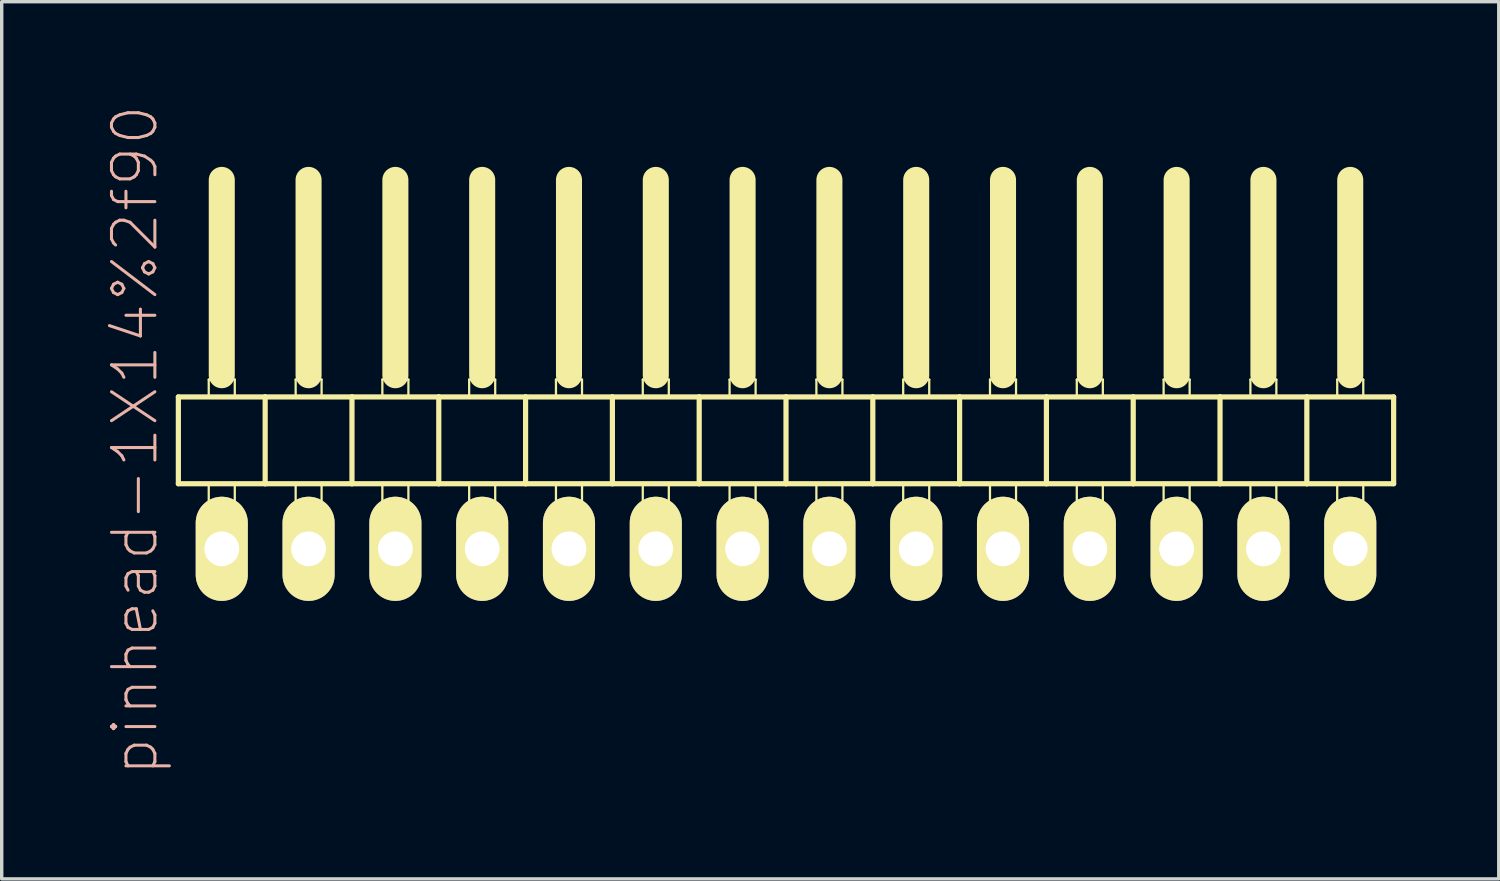
<source format=kicad_pcb>
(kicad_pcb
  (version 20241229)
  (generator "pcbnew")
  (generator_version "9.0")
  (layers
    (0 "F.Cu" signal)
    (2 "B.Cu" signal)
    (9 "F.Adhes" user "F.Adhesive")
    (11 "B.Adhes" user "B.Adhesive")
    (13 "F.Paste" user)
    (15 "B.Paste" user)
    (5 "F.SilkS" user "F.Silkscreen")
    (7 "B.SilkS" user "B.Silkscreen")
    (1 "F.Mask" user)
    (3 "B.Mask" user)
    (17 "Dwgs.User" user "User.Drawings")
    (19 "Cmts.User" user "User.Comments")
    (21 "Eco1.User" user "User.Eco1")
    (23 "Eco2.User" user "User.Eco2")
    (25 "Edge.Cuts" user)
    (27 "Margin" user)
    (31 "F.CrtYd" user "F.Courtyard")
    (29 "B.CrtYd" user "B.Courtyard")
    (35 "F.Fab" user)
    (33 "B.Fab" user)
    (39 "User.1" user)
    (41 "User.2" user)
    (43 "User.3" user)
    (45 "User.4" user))
  (footprint "pinhead-1X14%2f90"
    (layer "F.Cu")
    (at 19.949 9.199)
    (property "Reference" "pinhead-1X14%2f90" (at -19.05 0.635 90) (layer "B.SilkS") (effects (font (size 1.27 1.27) (thickness 0.089))))
    (attr exclude_from_pos_files exclude_from_bom)
    (fp_line (start -17.78 -0.635) (end -17.78 1.905) (stroke (width 0.152) (type solid)) (layer "F.SilkS"))
    (fp_line (start -17.78 1.905) (end -15.24 1.905) (stroke (width 0.152) (type solid)) (layer "F.SilkS"))
    (fp_line (start -16.891 -1.143) (end -16.129 -1.143) (stroke (width 0.066) (type solid)) (layer "F.SilkS"))
    (fp_line (start -16.891 -0.635) (end -16.891 -1.143) (stroke (width 0.066) (type solid)) (layer "F.SilkS"))
    (fp_line (start -16.891 -0.635) (end -16.129 -0.635) (stroke (width 0.066) (type solid)) (layer "F.SilkS"))
    (fp_line (start -16.891 1.905) (end -16.129 1.905) (stroke (width 0.066) (type solid)) (layer "F.SilkS"))
    (fp_line (start -16.891 2.921) (end -16.891 1.905) (stroke (width 0.066) (type solid)) (layer "F.SilkS"))
    (fp_line (start -16.891 2.921) (end -16.129 2.921) (stroke (width 0.066) (type solid)) (layer "F.SilkS"))
    (fp_line (start -16.51 -6.985) (end -16.51 -1.27) (stroke (width 0.762) (type solid)) (layer "F.SilkS"))
    (fp_line (start -16.129 -0.635) (end -16.129 -1.143) (stroke (width 0.066) (type solid)) (layer "F.SilkS"))
    (fp_line (start -16.129 2.921) (end -16.129 1.905) (stroke (width 0.066) (type solid)) (layer "F.SilkS"))
    (fp_line (start -15.24 -0.635) (end -17.78 -0.635) (stroke (width 0.152) (type solid)) (layer "F.SilkS"))
    (fp_line (start -15.24 1.905) (end -15.24 -0.635) (stroke (width 0.152) (type solid)) (layer "F.SilkS"))
    (fp_line (start -15.24 1.905) (end -12.7 1.905) (stroke (width 0.152) (type solid)) (layer "F.SilkS"))
    (fp_line (start -14.348 -1.143) (end -13.589 -1.143) (stroke (width 0.066) (type solid)) (layer "F.SilkS"))
    (fp_line (start -14.348 -0.635) (end -14.348 -1.143) (stroke (width 0.066) (type solid)) (layer "F.SilkS"))
    (fp_line (start -14.348 -0.635) (end -13.589 -0.635) (stroke (width 0.066) (type solid)) (layer "F.SilkS"))
    (fp_line (start -14.348 1.905) (end -13.589 1.905) (stroke (width 0.066) (type solid)) (layer "F.SilkS"))
    (fp_line (start -14.348 2.921) (end -14.348 1.905) (stroke (width 0.066) (type solid)) (layer "F.SilkS"))
    (fp_line (start -14.348 2.921) (end -13.589 2.921) (stroke (width 0.066) (type solid)) (layer "F.SilkS"))
    (fp_line (start -13.97 -6.985) (end -13.97 -1.27) (stroke (width 0.762) (type solid)) (layer "F.SilkS"))
    (fp_line (start -13.589 -0.635) (end -13.589 -1.143) (stroke (width 0.066) (type solid)) (layer "F.SilkS"))
    (fp_line (start -13.589 2.921) (end -13.589 1.905) (stroke (width 0.066) (type solid)) (layer "F.SilkS"))
    (fp_line (start -12.7 -0.635) (end -15.24 -0.635) (stroke (width 0.152) (type solid)) (layer "F.SilkS"))
    (fp_line (start -12.7 1.905) (end -12.7 -0.635) (stroke (width 0.152) (type solid)) (layer "F.SilkS"))
    (fp_line (start -12.7 1.905) (end -10.16 1.905) (stroke (width 0.152) (type solid)) (layer "F.SilkS"))
    (fp_line (start -11.811 -1.143) (end -11.049 -1.143) (stroke (width 0.066) (type solid)) (layer "F.SilkS"))
    (fp_line (start -11.811 -0.635) (end -11.811 -1.143) (stroke (width 0.066) (type solid)) (layer "F.SilkS"))
    (fp_line (start -11.811 -0.635) (end -11.049 -0.635) (stroke (width 0.066) (type solid)) (layer "F.SilkS"))
    (fp_line (start -11.811 1.905) (end -11.049 1.905) (stroke (width 0.066) (type solid)) (layer "F.SilkS"))
    (fp_line (start -11.811 2.921) (end -11.811 1.905) (stroke (width 0.066) (type solid)) (layer "F.SilkS"))
    (fp_line (start -11.811 2.921) (end -11.049 2.921) (stroke (width 0.066) (type solid)) (layer "F.SilkS"))
    (fp_line (start -11.43 -6.985) (end -11.43 -1.27) (stroke (width 0.762) (type solid)) (layer "F.SilkS"))
    (fp_line (start -11.049 -0.635) (end -11.049 -1.143) (stroke (width 0.066) (type solid)) (layer "F.SilkS"))
    (fp_line (start -11.049 2.921) (end -11.049 1.905) (stroke (width 0.066) (type solid)) (layer "F.SilkS"))
    (fp_line (start -10.16 -0.635) (end -12.7 -0.635) (stroke (width 0.152) (type solid)) (layer "F.SilkS"))
    (fp_line (start -10.16 1.905) (end -10.16 -0.635) (stroke (width 0.152) (type solid)) (layer "F.SilkS"))
    (fp_line (start -10.16 1.905) (end -7.62 1.905) (stroke (width 0.152) (type solid)) (layer "F.SilkS"))
    (fp_line (start -9.271 -1.143) (end -8.509 -1.143) (stroke (width 0.066) (type solid)) (layer "F.SilkS"))
    (fp_line (start -9.271 -0.635) (end -9.271 -1.143) (stroke (width 0.066) (type solid)) (layer "F.SilkS"))
    (fp_line (start -9.271 -0.635) (end -8.509 -0.635) (stroke (width 0.066) (type solid)) (layer "F.SilkS"))
    (fp_line (start -9.271 1.905) (end -8.509 1.905) (stroke (width 0.066) (type solid)) (layer "F.SilkS"))
    (fp_line (start -9.271 2.921) (end -9.271 1.905) (stroke (width 0.066) (type solid)) (layer "F.SilkS"))
    (fp_line (start -9.271 2.921) (end -8.509 2.921) (stroke (width 0.066) (type solid)) (layer "F.SilkS"))
    (fp_line (start -8.89 -6.985) (end -8.89 -1.27) (stroke (width 0.762) (type solid)) (layer "F.SilkS"))
    (fp_line (start -8.509 -0.635) (end -8.509 -1.143) (stroke (width 0.066) (type solid)) (layer "F.SilkS"))
    (fp_line (start -8.509 2.921) (end -8.509 1.905) (stroke (width 0.066) (type solid)) (layer "F.SilkS"))
    (fp_line (start -7.62 -0.635) (end -10.16 -0.635) (stroke (width 0.152) (type solid)) (layer "F.SilkS"))
    (fp_line (start -7.62 1.905) (end -7.62 -0.635) (stroke (width 0.152) (type solid)) (layer "F.SilkS"))
    (fp_line (start -7.62 1.905) (end -5.08 1.905) (stroke (width 0.152) (type solid)) (layer "F.SilkS"))
    (fp_line (start -6.731 -1.143) (end -5.969 -1.143) (stroke (width 0.066) (type solid)) (layer "F.SilkS"))
    (fp_line (start -6.731 -0.635) (end -6.731 -1.143) (stroke (width 0.066) (type solid)) (layer "F.SilkS"))
    (fp_line (start -6.731 -0.635) (end -5.969 -0.635) (stroke (width 0.066) (type solid)) (layer "F.SilkS"))
    (fp_line (start -6.731 1.905) (end -5.969 1.905) (stroke (width 0.066) (type solid)) (layer "F.SilkS"))
    (fp_line (start -6.731 2.921) (end -6.731 1.905) (stroke (width 0.066) (type solid)) (layer "F.SilkS"))
    (fp_line (start -6.731 2.921) (end -5.969 2.921) (stroke (width 0.066) (type solid)) (layer "F.SilkS"))
    (fp_line (start -6.35 -6.985) (end -6.35 -1.27) (stroke (width 0.762) (type solid)) (layer "F.SilkS"))
    (fp_line (start -5.969 -0.635) (end -5.969 -1.143) (stroke (width 0.066) (type solid)) (layer "F.SilkS"))
    (fp_line (start -5.969 2.921) (end -5.969 1.905) (stroke (width 0.066) (type solid)) (layer "F.SilkS"))
    (fp_line (start -5.08 -0.635) (end -7.62 -0.635) (stroke (width 0.152) (type solid)) (layer "F.SilkS"))
    (fp_line (start -5.08 1.905) (end -5.08 -0.635) (stroke (width 0.152) (type solid)) (layer "F.SilkS"))
    (fp_line (start -5.08 1.905) (end -2.54 1.905) (stroke (width 0.152) (type solid)) (layer "F.SilkS"))
    (fp_line (start -4.191 -1.143) (end -3.429 -1.143) (stroke (width 0.066) (type solid)) (layer "F.SilkS"))
    (fp_line (start -4.191 -0.635) (end -4.191 -1.143) (stroke (width 0.066) (type solid)) (layer "F.SilkS"))
    (fp_line (start -4.191 -0.635) (end -3.429 -0.635) (stroke (width 0.066) (type solid)) (layer "F.SilkS"))
    (fp_line (start -4.191 1.905) (end -3.429 1.905) (stroke (width 0.066) (type solid)) (layer "F.SilkS"))
    (fp_line (start -4.191 2.921) (end -4.191 1.905) (stroke (width 0.066) (type solid)) (layer "F.SilkS"))
    (fp_line (start -4.191 2.921) (end -3.429 2.921) (stroke (width 0.066) (type solid)) (layer "F.SilkS"))
    (fp_line (start -3.81 -6.985) (end -3.81 -1.27) (stroke (width 0.762) (type solid)) (layer "F.SilkS"))
    (fp_line (start -3.429 -0.635) (end -3.429 -1.143) (stroke (width 0.066) (type solid)) (layer "F.SilkS"))
    (fp_line (start -3.429 2.921) (end -3.429 1.905) (stroke (width 0.066) (type solid)) (layer "F.SilkS"))
    (fp_line (start -2.54 -0.635) (end -5.08 -0.635) (stroke (width 0.152) (type solid)) (layer "F.SilkS"))
    (fp_line (start -2.54 1.905) (end -2.54 -0.635) (stroke (width 0.152) (type solid)) (layer "F.SilkS"))
    (fp_line (start -2.54 1.905) (end 0 1.905) (stroke (width 0.152) (type solid)) (layer "F.SilkS"))
    (fp_line (start -1.651 -1.143) (end -0.889 -1.143) (stroke (width 0.066) (type solid)) (layer "F.SilkS"))
    (fp_line (start -1.651 -0.635) (end -1.651 -1.143) (stroke (width 0.066) (type solid)) (layer "F.SilkS"))
    (fp_line (start -1.651 -0.635) (end -0.889 -0.635) (stroke (width 0.066) (type solid)) (layer "F.SilkS"))
    (fp_line (start -1.651 1.905) (end -0.889 1.905) (stroke (width 0.066) (type solid)) (layer "F.SilkS"))
    (fp_line (start -1.651 2.921) (end -1.651 1.905) (stroke (width 0.066) (type solid)) (layer "F.SilkS"))
    (fp_line (start -1.651 2.921) (end -0.889 2.921) (stroke (width 0.066) (type solid)) (layer "F.SilkS"))
    (fp_line (start -1.27 -6.985) (end -1.27 -1.27) (stroke (width 0.762) (type solid)) (layer "F.SilkS"))
    (fp_line (start -0.889 -0.635) (end -0.889 -1.143) (stroke (width 0.066) (type solid)) (layer "F.SilkS"))
    (fp_line (start -0.889 2.921) (end -0.889 1.905) (stroke (width 0.066) (type solid)) (layer "F.SilkS"))
    (fp_line (start 0 -0.635) (end -2.54 -0.635) (stroke (width 0.152) (type solid)) (layer "F.SilkS"))
    (fp_line (start 0 1.905) (end 0 -0.635) (stroke (width 0.152) (type solid)) (layer "F.SilkS"))
    (fp_line (start 0 1.905) (end 2.54 1.905) (stroke (width 0.152) (type solid)) (layer "F.SilkS"))
    (fp_line (start 0.889 -1.143) (end 1.651 -1.143) (stroke (width 0.066) (type solid)) (layer "F.SilkS"))
    (fp_line (start 0.889 -0.635) (end 0.889 -1.143) (stroke (width 0.066) (type solid)) (layer "F.SilkS"))
    (fp_line (start 0.889 -0.635) (end 1.651 -0.635) (stroke (width 0.066) (type solid)) (layer "F.SilkS"))
    (fp_line (start 0.889 1.905) (end 1.651 1.905) (stroke (width 0.066) (type solid)) (layer "F.SilkS"))
    (fp_line (start 0.889 2.921) (end 0.889 1.905) (stroke (width 0.066) (type solid)) (layer "F.SilkS"))
    (fp_line (start 0.889 2.921) (end 1.651 2.921) (stroke (width 0.066) (type solid)) (layer "F.SilkS"))
    (fp_line (start 1.27 -6.985) (end 1.27 -1.27) (stroke (width 0.762) (type solid)) (layer "F.SilkS"))
    (fp_line (start 1.651 -0.635) (end 1.651 -1.143) (stroke (width 0.066) (type solid)) (layer "F.SilkS"))
    (fp_line (start 1.651 2.921) (end 1.651 1.905) (stroke (width 0.066) (type solid)) (layer "F.SilkS"))
    (fp_line (start 2.54 -0.635) (end 0 -0.635) (stroke (width 0.152) (type solid)) (layer "F.SilkS"))
    (fp_line (start 2.54 1.905) (end 2.54 -0.635) (stroke (width 0.152) (type solid)) (layer "F.SilkS"))
    (fp_line (start 2.54 1.905) (end 5.08 1.905) (stroke (width 0.152) (type solid)) (layer "F.SilkS"))
    (fp_line (start 3.429 -1.143) (end 4.191 -1.143) (stroke (width 0.066) (type solid)) (layer "F.SilkS"))
    (fp_line (start 3.429 -0.635) (end 3.429 -1.143) (stroke (width 0.066) (type solid)) (layer "F.SilkS"))
    (fp_line (start 3.429 -0.635) (end 4.191 -0.635) (stroke (width 0.066) (type solid)) (layer "F.SilkS"))
    (fp_line (start 3.429 1.905) (end 4.191 1.905) (stroke (width 0.066) (type solid)) (layer "F.SilkS"))
    (fp_line (start 3.429 2.921) (end 3.429 1.905) (stroke (width 0.066) (type solid)) (layer "F.SilkS"))
    (fp_line (start 3.429 2.921) (end 4.191 2.921) (stroke (width 0.066) (type solid)) (layer "F.SilkS"))
    (fp_line (start 3.81 -6.985) (end 3.81 -1.27) (stroke (width 0.762) (type solid)) (layer "F.SilkS"))
    (fp_line (start 4.191 -0.635) (end 4.191 -1.143) (stroke (width 0.066) (type solid)) (layer "F.SilkS"))
    (fp_line (start 4.191 2.921) (end 4.191 1.905) (stroke (width 0.066) (type solid)) (layer "F.SilkS"))
    (fp_line (start 5.08 -0.635) (end 2.54 -0.635) (stroke (width 0.152) (type solid)) (layer "F.SilkS"))
    (fp_line (start 5.08 1.905) (end 5.08 -0.635) (stroke (width 0.152) (type solid)) (layer "F.SilkS"))
    (fp_line (start 5.08 1.905) (end 7.62 1.905) (stroke (width 0.152) (type solid)) (layer "F.SilkS"))
    (fp_line (start 5.969 -1.143) (end 6.731 -1.143) (stroke (width 0.066) (type solid)) (layer "F.SilkS"))
    (fp_line (start 5.969 -0.635) (end 5.969 -1.143) (stroke (width 0.066) (type solid)) (layer "F.SilkS"))
    (fp_line (start 5.969 -0.635) (end 6.731 -0.635) (stroke (width 0.066) (type solid)) (layer "F.SilkS"))
    (fp_line (start 5.969 1.905) (end 6.731 1.905) (stroke (width 0.066) (type solid)) (layer "F.SilkS"))
    (fp_line (start 5.969 2.921) (end 5.969 1.905) (stroke (width 0.066) (type solid)) (layer "F.SilkS"))
    (fp_line (start 5.969 2.921) (end 6.731 2.921) (stroke (width 0.066) (type solid)) (layer "F.SilkS"))
    (fp_line (start 6.35 -6.985) (end 6.35 -1.27) (stroke (width 0.762) (type solid)) (layer "F.SilkS"))
    (fp_line (start 6.731 -0.635) (end 6.731 -1.143) (stroke (width 0.066) (type solid)) (layer "F.SilkS"))
    (fp_line (start 6.731 2.921) (end 6.731 1.905) (stroke (width 0.066) (type solid)) (layer "F.SilkS"))
    (fp_line (start 7.62 -0.635) (end 5.08 -0.635) (stroke (width 0.152) (type solid)) (layer "F.SilkS"))
    (fp_line (start 7.62 1.905) (end 7.62 -0.635) (stroke (width 0.152) (type solid)) (layer "F.SilkS"))
    (fp_line (start 7.62 1.905) (end 10.16 1.905) (stroke (width 0.152) (type solid)) (layer "F.SilkS"))
    (fp_line (start 8.509 -1.143) (end 9.271 -1.143) (stroke (width 0.066) (type solid)) (layer "F.SilkS"))
    (fp_line (start 8.509 -0.635) (end 8.509 -1.143) (stroke (width 0.066) (type solid)) (layer "F.SilkS"))
    (fp_line (start 8.509 -0.635) (end 9.271 -0.635) (stroke (width 0.066) (type solid)) (layer "F.SilkS"))
    (fp_line (start 8.509 1.905) (end 9.271 1.905) (stroke (width 0.066) (type solid)) (layer "F.SilkS"))
    (fp_line (start 8.509 2.921) (end 8.509 1.905) (stroke (width 0.066) (type solid)) (layer "F.SilkS"))
    (fp_line (start 8.509 2.921) (end 9.271 2.921) (stroke (width 0.066) (type solid)) (layer "F.SilkS"))
    (fp_line (start 8.89 -6.985) (end 8.89 -1.27) (stroke (width 0.762) (type solid)) (layer "F.SilkS"))
    (fp_line (start 9.271 -0.635) (end 9.271 -1.143) (stroke (width 0.066) (type solid)) (layer "F.SilkS"))
    (fp_line (start 9.271 2.921) (end 9.271 1.905) (stroke (width 0.066) (type solid)) (layer "F.SilkS"))
    (fp_line (start 10.16 -0.635) (end 7.62 -0.635) (stroke (width 0.152) (type solid)) (layer "F.SilkS"))
    (fp_line (start 10.16 1.905) (end 10.16 -0.635) (stroke (width 0.152) (type solid)) (layer "F.SilkS"))
    (fp_line (start 10.16 1.905) (end 12.7 1.905) (stroke (width 0.152) (type solid)) (layer "F.SilkS"))
    (fp_line (start 11.049 -1.143) (end 11.811 -1.143) (stroke (width 0.066) (type solid)) (layer "F.SilkS"))
    (fp_line (start 11.049 -0.635) (end 11.049 -1.143) (stroke (width 0.066) (type solid)) (layer "F.SilkS"))
    (fp_line (start 11.049 -0.635) (end 11.811 -0.635) (stroke (width 0.066) (type solid)) (layer "F.SilkS"))
    (fp_line (start 11.049 1.905) (end 11.811 1.905) (stroke (width 0.066) (type solid)) (layer "F.SilkS"))
    (fp_line (start 11.049 2.921) (end 11.049 1.905) (stroke (width 0.066) (type solid)) (layer "F.SilkS"))
    (fp_line (start 11.049 2.921) (end 11.811 2.921) (stroke (width 0.066) (type solid)) (layer "F.SilkS"))
    (fp_line (start 11.43 -6.985) (end 11.43 -1.27) (stroke (width 0.762) (type solid)) (layer "F.SilkS"))
    (fp_line (start 11.811 -0.635) (end 11.811 -1.143) (stroke (width 0.066) (type solid)) (layer "F.SilkS"))
    (fp_line (start 11.811 2.921) (end 11.811 1.905) (stroke (width 0.066) (type solid)) (layer "F.SilkS"))
    (fp_line (start 12.7 -0.635) (end 10.16 -0.635) (stroke (width 0.152) (type solid)) (layer "F.SilkS"))
    (fp_line (start 12.7 1.905) (end 12.7 -0.635) (stroke (width 0.152) (type solid)) (layer "F.SilkS"))
    (fp_line (start 12.7 1.905) (end 15.24 1.905) (stroke (width 0.152) (type solid)) (layer "F.SilkS"))
    (fp_line (start 13.589 -1.143) (end 14.348 -1.143) (stroke (width 0.066) (type solid)) (layer "F.SilkS"))
    (fp_line (start 13.589 -0.635) (end 13.589 -1.143) (stroke (width 0.066) (type solid)) (layer "F.SilkS"))
    (fp_line (start 13.589 -0.635) (end 14.348 -0.635) (stroke (width 0.066) (type solid)) (layer "F.SilkS"))
    (fp_line (start 13.589 1.905) (end 14.348 1.905) (stroke (width 0.066) (type solid)) (layer "F.SilkS"))
    (fp_line (start 13.589 2.921) (end 13.589 1.905) (stroke (width 0.066) (type solid)) (layer "F.SilkS"))
    (fp_line (start 13.589 2.921) (end 14.348 2.921) (stroke (width 0.066) (type solid)) (layer "F.SilkS"))
    (fp_line (start 13.97 -6.985) (end 13.97 -1.27) (stroke (width 0.762) (type solid)) (layer "F.SilkS"))
    (fp_line (start 14.348 -0.635) (end 14.348 -1.143) (stroke (width 0.066) (type solid)) (layer "F.SilkS"))
    (fp_line (start 14.348 2.921) (end 14.348 1.905) (stroke (width 0.066) (type solid)) (layer "F.SilkS"))
    (fp_line (start 15.24 -0.635) (end 12.7 -0.635) (stroke (width 0.152) (type solid)) (layer "F.SilkS"))
    (fp_line (start 15.24 1.905) (end 15.24 -0.635) (stroke (width 0.152) (type solid)) (layer "F.SilkS"))
    (fp_line (start 15.24 1.905) (end 17.78 1.905) (stroke (width 0.152) (type solid)) (layer "F.SilkS"))
    (fp_line (start 16.129 -1.143) (end 16.891 -1.143) (stroke (width 0.066) (type solid)) (layer "F.SilkS"))
    (fp_line (start 16.129 -0.635) (end 16.129 -1.143) (stroke (width 0.066) (type solid)) (layer "F.SilkS"))
    (fp_line (start 16.129 -0.635) (end 16.891 -0.635) (stroke (width 0.066) (type solid)) (layer "F.SilkS"))
    (fp_line (start 16.129 1.905) (end 16.891 1.905) (stroke (width 0.066) (type solid)) (layer "F.SilkS"))
    (fp_line (start 16.129 2.921) (end 16.129 1.905) (stroke (width 0.066) (type solid)) (layer "F.SilkS"))
    (fp_line (start 16.129 2.921) (end 16.891 2.921) (stroke (width 0.066) (type solid)) (layer "F.SilkS"))
    (fp_line (start 16.51 -6.985) (end 16.51 -1.27) (stroke (width 0.762) (type solid)) (layer "F.SilkS"))
    (fp_line (start 16.891 -0.635) (end 16.891 -1.143) (stroke (width 0.066) (type solid)) (layer "F.SilkS"))
    (fp_line (start 16.891 2.921) (end 16.891 1.905) (stroke (width 0.066) (type solid)) (layer "F.SilkS"))
    (fp_line (start 17.78 -0.635) (end 15.24 -0.635) (stroke (width 0.152) (type solid)) (layer "F.SilkS"))
    (fp_line (start 17.78 1.905) (end 17.78 -0.635) (stroke (width 0.152) (type solid)) (layer "F.SilkS"))
    (pad "1" thru_hole oval (at -16.51 3.81) (size 1.524 3.048) (drill 1.016) (layers "*.Cu" "F.Mask" "F.SilkS" "F.Paste"))
    (pad "2" thru_hole oval (at -13.97 3.81) (size 1.524 3.048) (drill 1.016) (layers "*.Cu" "F.Mask" "F.SilkS" "F.Paste"))
    (pad "3" thru_hole oval (at -11.43 3.81) (size 1.524 3.048) (drill 1.016) (layers "*.Cu" "F.Mask" "F.SilkS" "F.Paste"))
    (pad "4" thru_hole oval (at -8.89 3.81) (size 1.524 3.048) (drill 1.016) (layers "*.Cu" "F.Mask" "F.SilkS" "F.Paste"))
    (pad "5" thru_hole oval (at -6.35 3.81) (size 1.524 3.048) (drill 1.016) (layers "*.Cu" "F.Mask" "F.SilkS" "F.Paste"))
    (pad "6" thru_hole oval (at -3.81 3.81) (size 1.524 3.048) (drill 1.016) (layers "*.Cu" "F.Mask" "F.SilkS" "F.Paste"))
    (pad "7" thru_hole oval (at -1.27 3.81) (size 1.524 3.048) (drill 1.016) (layers "*.Cu" "F.Mask" "F.SilkS" "F.Paste"))
    (pad "8" thru_hole oval (at 1.27 3.81) (size 1.524 3.048) (drill 1.016) (layers "*.Cu" "F.Mask" "F.SilkS" "F.Paste"))
    (pad "9" thru_hole oval (at 3.81 3.81) (size 1.524 3.048) (drill 1.016) (layers "*.Cu" "F.Mask" "F.SilkS" "F.Paste"))
    (pad "10" thru_hole oval (at 6.35 3.81) (size 1.524 3.048) (drill 1.016) (layers "*.Cu" "F.Mask" "F.SilkS" "F.Paste"))
    (pad "11" thru_hole oval (at 8.89 3.81) (size 1.524 3.048) (drill 1.016) (layers "*.Cu" "F.Mask" "F.SilkS" "F.Paste"))
    (pad "12" thru_hole oval (at 11.43 3.81) (size 1.524 3.048) (drill 1.016) (layers "*.Cu" "F.Mask" "F.SilkS" "F.Paste"))
    (pad "13" thru_hole oval (at 13.97 3.81) (size 1.524 3.048) (drill 1.016) (layers "*.Cu" "F.Mask" "F.SilkS" "F.Paste"))
    (pad "14" thru_hole oval (at 16.51 3.81) (size 1.524 3.048) (drill 1.016) (layers "*.Cu" "F.Mask" "F.SilkS" "F.Paste")))
  (gr_rect
    (start -3 -3)
    (end 40.805 22.667)
    (stroke (width 0.1) (type default))
    (fill no)
    (layer "Edge.Cuts")))
</source>
